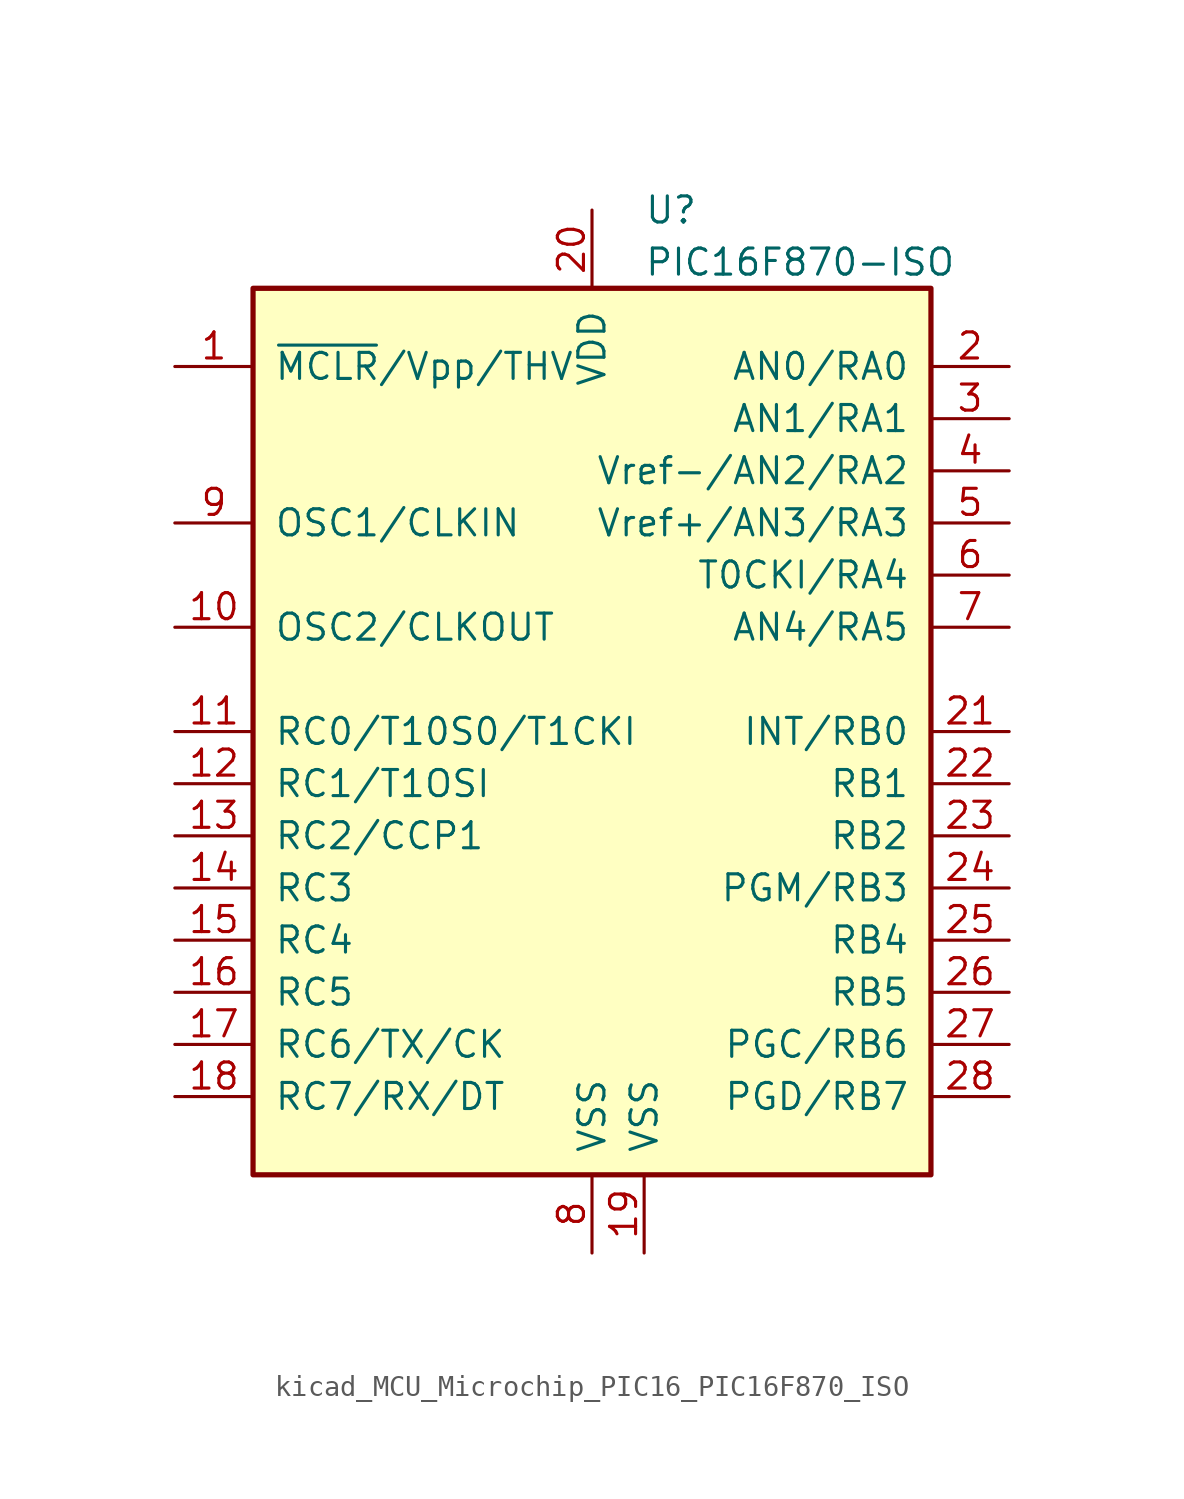
<source format=kicad_sym>
(kicad_symbol_lib
  (version 20220914)
  (generator kicad_symbol_editor)
  (symbol "kicad_MCU_Microchip_PIC16_PIC16F870_ISO"
    (pin_names
      (offset 1.016))
    (property "Reference" "U"
      (at 2.54 25.4 0)
      (effects (font (size 1.27 1.27)) (justify left)))
    (property "Value" "PIC16F870-ISO"
      (at 2.54 22.86 0)
      (effects (font (size 1.27 1.27)) (justify left)))
    (symbol "kicad_MCU_Microchip_PIC16_PIC16F870_ISO_0_1"
      (rectangle (start -16.51 -21.59) (end 16.51 21.59) (stroke (width 0.254) (type default)) (fill (type background))))
    (symbol "kicad_MCU_Microchip_PIC16_PIC16F870_ISO_1_1"
      (pin input line (at -20.32 17.78 0) (length 3.81) (name "~{MCLR}/Vpp/THV" (effects (font (size 1.27 1.27)))) (number "1" (effects (font (size 1.27 1.27)))))
      (pin output line (at -20.32 5.08 0) (length 3.81) (name "OSC2/CLKOUT" (effects (font (size 1.27 1.27)))) (number "10" (effects (font (size 1.27 1.27)))))
      (pin bidirectional line (at -20.32 0 0) (length 3.81) (name "RC0/T10S0/T1CKI" (effects (font (size 1.27 1.27)))) (number "11" (effects (font (size 1.27 1.27)))))
      (pin bidirectional line (at -20.32 -2.54 0) (length 3.81) (name "RC1/T1OSI" (effects (font (size 1.27 1.27)))) (number "12" (effects (font (size 1.27 1.27)))))
      (pin bidirectional line (at -20.32 -5.08 0) (length 3.81) (name "RC2/CCP1" (effects (font (size 1.27 1.27)))) (number "13" (effects (font (size 1.27 1.27)))))
      (pin bidirectional line (at -20.32 -7.62 0) (length 3.81) (name "RC3" (effects (font (size 1.27 1.27)))) (number "14" (effects (font (size 1.27 1.27)))))
      (pin bidirectional line (at -20.32 -10.16 0) (length 3.81) (name "RC4" (effects (font (size 1.27 1.27)))) (number "15" (effects (font (size 1.27 1.27)))))
      (pin bidirectional line (at -20.32 -12.7 0) (length 3.81) (name "RC5" (effects (font (size 1.27 1.27)))) (number "16" (effects (font (size 1.27 1.27)))))
      (pin bidirectional line (at -20.32 -15.24 0) (length 3.81) (name "RC6/TX/CK" (effects (font (size 1.27 1.27)))) (number "17" (effects (font (size 1.27 1.27)))))
      (pin bidirectional line (at -20.32 -17.78 0) (length 3.81) (name "RC7/RX/DT" (effects (font (size 1.27 1.27)))) (number "18" (effects (font (size 1.27 1.27)))))
      (pin power_in line (at 2.54 -25.4 90) (length 3.81) (name "VSS" (effects (font (size 1.27 1.27)))) (number "19" (effects (font (size 1.27 1.27)))))
      (pin bidirectional line (at 20.32 17.78 180) (length 3.81) (name "AN0/RA0" (effects (font (size 1.27 1.27)))) (number "2" (effects (font (size 1.27 1.27)))))
      (pin power_in line (at 0 25.4 270) (length 3.81) (name "VDD" (effects (font (size 1.27 1.27)))) (number "20" (effects (font (size 1.27 1.27)))))
      (pin bidirectional line (at 20.32 0 180) (length 3.81) (name "INT/RB0" (effects (font (size 1.27 1.27)))) (number "21" (effects (font (size 1.27 1.27)))))
      (pin bidirectional line (at 20.32 -2.54 180) (length 3.81) (name "RB1" (effects (font (size 1.27 1.27)))) (number "22" (effects (font (size 1.27 1.27)))))
      (pin bidirectional line (at 20.32 -5.08 180) (length 3.81) (name "RB2" (effects (font (size 1.27 1.27)))) (number "23" (effects (font (size 1.27 1.27)))))
      (pin bidirectional line (at 20.32 -7.62 180) (length 3.81) (name "PGM/RB3" (effects (font (size 1.27 1.27)))) (number "24" (effects (font (size 1.27 1.27)))))
      (pin bidirectional line (at 20.32 -10.16 180) (length 3.81) (name "RB4" (effects (font (size 1.27 1.27)))) (number "25" (effects (font (size 1.27 1.27)))))
      (pin bidirectional line (at 20.32 -12.7 180) (length 3.81) (name "RB5" (effects (font (size 1.27 1.27)))) (number "26" (effects (font (size 1.27 1.27)))))
      (pin bidirectional line (at 20.32 -15.24 180) (length 3.81) (name "PGC/RB6" (effects (font (size 1.27 1.27)))) (number "27" (effects (font (size 1.27 1.27)))))
      (pin bidirectional line (at 20.32 -17.78 180) (length 3.81) (name "PGD/RB7" (effects (font (size 1.27 1.27)))) (number "28" (effects (font (size 1.27 1.27)))))
      (pin bidirectional line (at 20.32 15.24 180) (length 3.81) (name "AN1/RA1" (effects (font (size 1.27 1.27)))) (number "3" (effects (font (size 1.27 1.27)))))
      (pin bidirectional line (at 20.32 12.7 180) (length 3.81) (name "Vref-/AN2/RA2" (effects (font (size 1.27 1.27)))) (number "4" (effects (font (size 1.27 1.27)))))
      (pin bidirectional line (at 20.32 10.16 180) (length 3.81) (name "Vref+/AN3/RA3" (effects (font (size 1.27 1.27)))) (number "5" (effects (font (size 1.27 1.27)))))
      (pin bidirectional line (at 20.32 7.62 180) (length 3.81) (name "T0CKI/RA4" (effects (font (size 1.27 1.27)))) (number "6" (effects (font (size 1.27 1.27)))))
      (pin bidirectional line (at 20.32 5.08 180) (length 3.81) (name "AN4/RA5" (effects (font (size 1.27 1.27)))) (number "7" (effects (font (size 1.27 1.27)))))
      (pin power_in line (at 0 -25.4 90) (length 3.81) (name "VSS" (effects (font (size 1.27 1.27)))) (number "8" (effects (font (size 1.27 1.27)))))
      (pin input line (at -20.32 10.16 0) (length 3.81) (name "OSC1/CLKIN" (effects (font (size 1.27 1.27)))) (number "9" (effects (font (size 1.27 1.27))))))))
</source>
